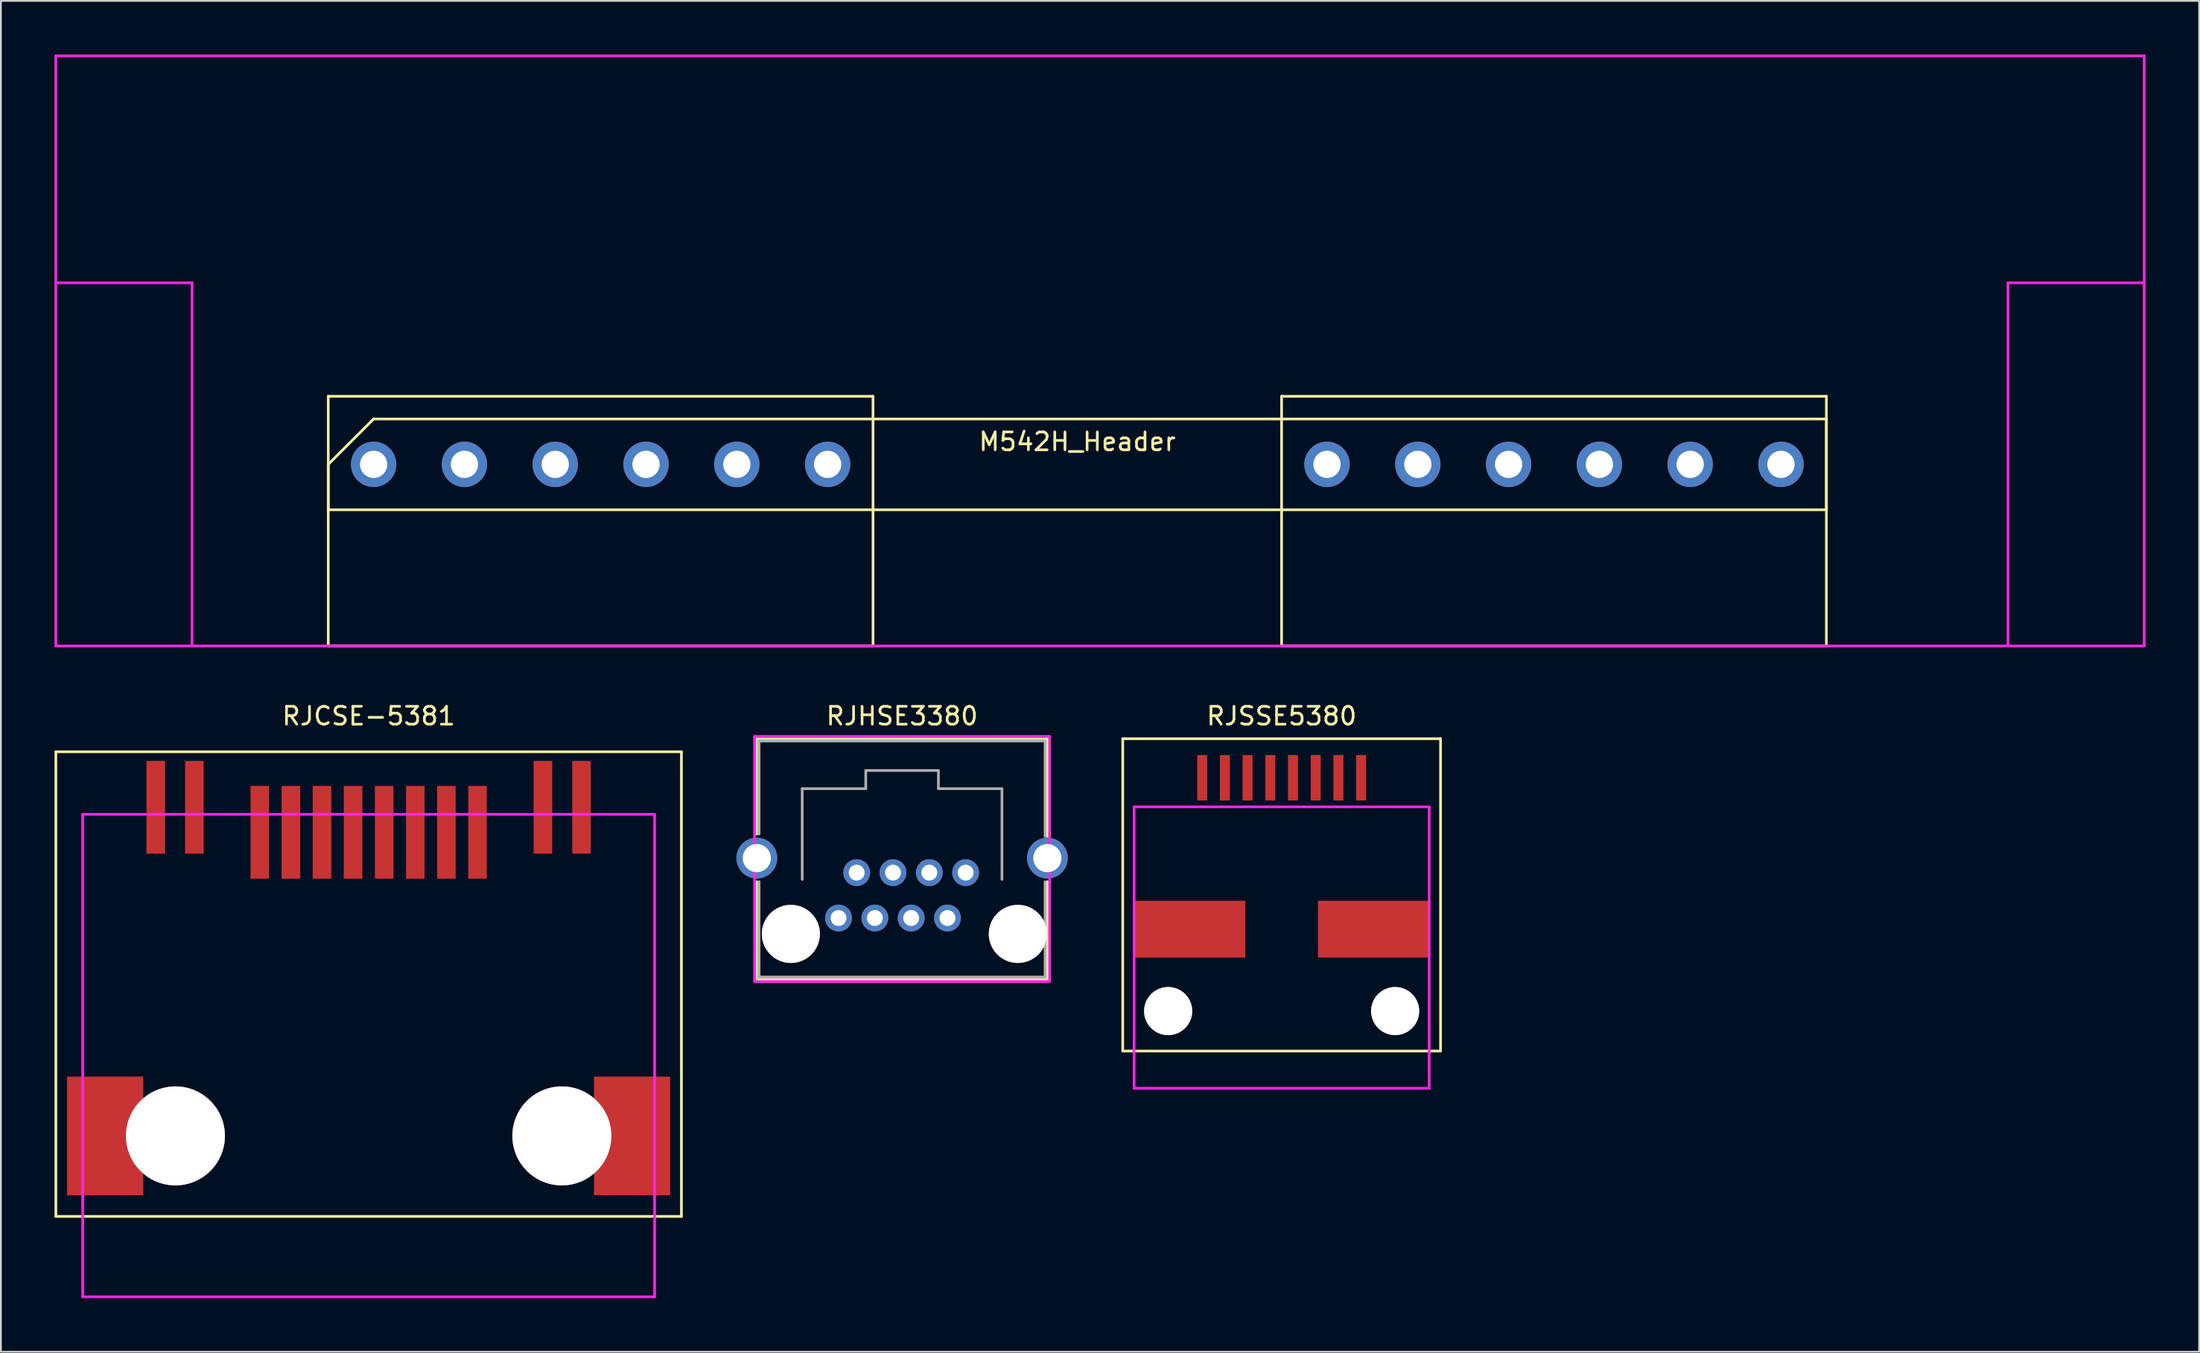
<source format=kicad_pcb>
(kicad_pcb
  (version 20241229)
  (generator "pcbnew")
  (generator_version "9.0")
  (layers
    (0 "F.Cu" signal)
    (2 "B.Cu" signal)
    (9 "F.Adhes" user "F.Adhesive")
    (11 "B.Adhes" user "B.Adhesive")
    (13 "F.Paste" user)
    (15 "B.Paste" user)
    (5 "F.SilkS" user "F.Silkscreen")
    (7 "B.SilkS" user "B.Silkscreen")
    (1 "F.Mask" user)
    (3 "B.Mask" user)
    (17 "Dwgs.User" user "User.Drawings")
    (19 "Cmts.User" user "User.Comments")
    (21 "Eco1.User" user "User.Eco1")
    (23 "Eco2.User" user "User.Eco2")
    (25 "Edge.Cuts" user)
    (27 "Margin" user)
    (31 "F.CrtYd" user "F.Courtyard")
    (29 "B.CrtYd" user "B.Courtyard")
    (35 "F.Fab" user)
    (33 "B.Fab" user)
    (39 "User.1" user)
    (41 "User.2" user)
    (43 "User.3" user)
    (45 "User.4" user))
  (footprint "RJCSE-5381"
    (layer "F.Cu")
    (at 17.575 52.018)
    (property "Reference" "RJCSE-5381" (at 0 -15 0) (layer "F.SilkS") (effects (font (size 1 1) (thickness 0.15))))
    (attr through_hole)
    (fp_line (start -17.5 -13) (end -17.5 13) (stroke (width 0.15) (type solid)) (layer "F.SilkS"))
    (fp_line (start -17.5 13) (end 17.5 13) (stroke (width 0.15) (type solid)) (layer "F.SilkS"))
    (fp_line (start 17.5 -13) (end -17.5 -13) (stroke (width 0.15) (type solid)) (layer "F.SilkS"))
    (fp_line (start 17.5 13) (end 17.5 -13) (stroke (width 0.15) (type solid)) (layer "F.SilkS"))
    (fp_line (start -16 -9.5) (end 16 -9.5) (stroke (width 0.15) (type solid)) (layer "F.CrtYd"))
    (fp_line (start -16 17.5) (end -16 -9.5) (stroke (width 0.15) (type solid)) (layer "F.CrtYd"))
    (fp_line (start 16 -9.5) (end 16 17.5) (stroke (width 0.15) (type solid)) (layer "F.CrtYd"))
    (fp_line (start 16 17.5) (end -16 17.5) (stroke (width 0.15) (type solid)) (layer "F.CrtYd"))
    (pad "" thru_hole circle (at -10.81 8.495) (size 5.537 5.537) (drill 5.537) (layers "*.Cu" "*.Mask"))
    (pad "" thru_hole circle (at 10.81 8.495) (size 5.537 5.537) (drill 5.537) (layers "*.Cu" "*.Mask"))
    (pad "1" smd rect (at 6.09 -8.495) (size 1.04 5.19) (layers "F.Cu" "F.Mask" "F.Paste"))
    (pad "2" smd rect (at 4.35 -8.495) (size 1.04 5.19) (layers "F.Cu" "F.Mask" "F.Paste"))
    (pad "3" smd rect (at 2.61 -8.495) (size 1.04 5.19) (layers "F.Cu" "F.Mask" "F.Paste"))
    (pad "4" smd rect (at 0.87 -8.495) (size 1.04 5.19) (layers "F.Cu" "F.Mask" "F.Paste"))
    (pad "5" smd rect (at -0.87 -8.495) (size 1.04 5.19) (layers "F.Cu" "F.Mask" "F.Paste"))
    (pad "6" smd rect (at -2.61 -8.495) (size 1.04 5.19) (layers "F.Cu" "F.Mask" "F.Paste"))
    (pad "7" smd rect (at -4.35 -8.495) (size 1.04 5.19) (layers "F.Cu" "F.Mask" "F.Paste"))
    (pad "8" smd rect (at -6.09 -8.495) (size 1.04 5.19) (layers "F.Cu" "F.Mask" "F.Paste"))
    (pad "9" smd rect (at 11.91 -9.895) (size 1.04 5.19) (layers "F.Cu" "F.Mask" "F.Paste"))
    (pad "10" smd rect (at 9.75 -9.895) (size 1.04 5.19) (layers "F.Cu" "F.Mask" "F.Paste"))
    (pad "11" smd rect (at -9.75 -9.895) (size 1.04 5.19) (layers "F.Cu" "F.Mask" "F.Paste"))
    (pad "12" smd rect (at -11.91 -9.895) (size 1.04 5.19) (layers "F.Cu" "F.Mask" "F.Paste"))
    (pad "13" smd rect (at -14.74 8.495) (size 4.26 6.64) (layers "F.Cu" "F.Mask" "F.Paste"))
    (pad "13" smd rect (at 14.74 8.495) (size 4.26 6.64) (layers "F.Cu" "F.Mask" "F.Paste")))
  (footprint "M542H_Header"
    (layer "F.Cu")
    (at 57.225 22.935)
    (property "Reference" "M542H_Header" (at 0 -1.27 0) (layer "F.SilkS") (effects (font (size 1 1) (thickness 0.15))))
    (attr through_hole)
    (fp_line (start -41.91 -3.81) (end -11.43 -3.81) (stroke (width 0.15) (type solid)) (layer "F.SilkS"))
    (fp_line (start -41.91 0) (end -41.91 2.54) (stroke (width 0.15) (type solid)) (layer "F.SilkS"))
    (fp_line (start -41.91 2.54) (end 41.91 2.54) (stroke (width 0.15) (type solid)) (layer "F.SilkS"))
    (fp_line (start -41.91 10.16) (end -41.91 -3.81) (stroke (width 0.15) (type solid)) (layer "F.SilkS"))
    (fp_line (start -39.37 -2.54) (end -41.91 0) (stroke (width 0.15) (type solid)) (layer "F.SilkS"))
    (fp_line (start -11.43 -3.81) (end -11.43 10.16) (stroke (width 0.15) (type solid)) (layer "F.SilkS"))
    (fp_line (start -11.43 10.16) (end -41.91 10.16) (stroke (width 0.15) (type solid)) (layer "F.SilkS"))
    (fp_line (start 11.43 -3.81) (end 41.91 -3.81) (stroke (width 0.15) (type solid)) (layer "F.SilkS"))
    (fp_line (start 11.43 10.16) (end 11.43 -3.81) (stroke (width 0.15) (type solid)) (layer "F.SilkS"))
    (fp_line (start 41.91 -3.81) (end 41.91 10.16) (stroke (width 0.15) (type solid)) (layer "F.SilkS"))
    (fp_line (start 41.91 -2.54) (end -39.37 -2.54) (stroke (width 0.15) (type solid)) (layer "F.SilkS"))
    (fp_line (start 41.91 2.54) (end 41.91 -2.54) (stroke (width 0.15) (type solid)) (layer "F.SilkS"))
    (fp_line (start 41.91 10.16) (end 11.43 10.16) (stroke (width 0.15) (type solid)) (layer "F.SilkS"))
    (fp_line (start -57.15 -22.86) (end -57.15 -10.16) (stroke (width 0.15) (type solid)) (layer "F.CrtYd"))
    (fp_line (start -57.15 -10.16) (end -57.15 10.16) (stroke (width 0.15) (type solid)) (layer "F.CrtYd"))
    (fp_line (start -57.15 -10.16) (end -49.53 -10.16) (stroke (width 0.15) (type solid)) (layer "F.CrtYd"))
    (fp_line (start -57.15 10.16) (end -49.53 10.16) (stroke (width 0.15) (type solid)) (layer "F.CrtYd"))
    (fp_line (start -49.53 -10.16) (end -49.53 10.16) (stroke (width 0.15) (type solid)) (layer "F.CrtYd"))
    (fp_line (start -49.53 10.16) (end 52.07 10.16) (stroke (width 0.15) (type solid)) (layer "F.CrtYd"))
    (fp_line (start 52.07 -10.16) (end 59.69 -10.16) (stroke (width 0.15) (type solid)) (layer "F.CrtYd"))
    (fp_line (start 52.07 10.16) (end 52.07 -10.16) (stroke (width 0.15) (type solid)) (layer "F.CrtYd"))
    (fp_line (start 59.69 -22.86) (end -57.15 -22.86) (stroke (width 0.15) (type solid)) (layer "F.CrtYd"))
    (fp_line (start 59.69 -10.16) (end 59.69 -22.86) (stroke (width 0.15) (type solid)) (layer "F.CrtYd"))
    (fp_line (start 59.69 -10.16) (end 59.69 10.16) (stroke (width 0.15) (type solid)) (layer "F.CrtYd"))
    (fp_line (start 59.69 10.16) (end 52.07 10.16) (stroke (width 0.15) (type solid)) (layer "F.CrtYd"))
    (pad "1" thru_hole circle (at -39.37 0) (size 2.54 2.54) (drill 1.524) (layers "*.Cu" "*.Mask"))
    (pad "2" thru_hole circle (at -34.29 0) (size 2.54 2.54) (drill 1.524) (layers "*.Cu" "*.Mask"))
    (pad "3" thru_hole circle (at -29.21 0) (size 2.54 2.54) (drill 1.524) (layers "*.Cu" "*.Mask"))
    (pad "4" thru_hole circle (at -24.13 0) (size 2.54 2.54) (drill 1.524) (layers "*.Cu" "*.Mask"))
    (pad "5" thru_hole circle (at -19.05 0) (size 2.54 2.54) (drill 1.524) (layers "*.Cu" "*.Mask"))
    (pad "6" thru_hole circle (at -13.97 0) (size 2.54 2.54) (drill 1.524) (layers "*.Cu" "*.Mask"))
    (pad "7" thru_hole circle (at 13.97 0) (size 2.54 2.54) (drill 1.524) (layers "*.Cu" "*.Mask"))
    (pad "8" thru_hole circle (at 19.05 0) (size 2.54 2.54) (drill 1.524) (layers "*.Cu" "*.Mask"))
    (pad "9" thru_hole circle (at 24.13 0) (size 2.54 2.54) (drill 1.524) (layers "*.Cu" "*.Mask"))
    (pad "10" thru_hole circle (at 29.21 0) (size 2.54 2.54) (drill 1.524) (layers "*.Cu" "*.Mask"))
    (pad "11" thru_hole circle (at 34.29 0) (size 2.54 2.54) (drill 1.524) (layers "*.Cu" "*.Mask"))
    (pad "12" thru_hole circle (at 39.37 0) (size 2.54 2.54) (drill 1.524) (layers "*.Cu" "*.Mask")))
  (footprint "RJHSE3380"
    (layer "F.Cu")
    (at 39.166 51.877)
    (property "Reference" "RJHSE3380" (at 8.255 -14.859 0) (layer "F.SilkS") (effects (font (size 1 1) (thickness 0.15))))
    (attr through_hole)
    (fp_line (start 0.127 -13.589) (end 0.127 -8.255) (stroke (width 0.15) (type solid)) (layer "F.SilkS"))
    (fp_line (start 0.127 -5.588) (end 0.127 -0.127) (stroke (width 0.15) (type solid)) (layer "F.SilkS"))
    (fp_line (start 0.127 -0.127) (end 16.383 -0.127) (stroke (width 0.15) (type solid)) (layer "F.SilkS"))
    (fp_line (start 16.383 -13.589) (end 0.127 -13.589) (stroke (width 0.15) (type solid)) (layer "F.SilkS"))
    (fp_line (start 16.383 -8.128) (end 16.383 -13.589) (stroke (width 0.15) (type solid)) (layer "F.SilkS"))
    (fp_line (start 16.383 -0.127) (end 16.383 -5.588) (stroke (width 0.15) (type solid)) (layer "F.SilkS"))
    (fp_line (start 0 -13.716) (end 0 0) (stroke (width 0.15) (type solid)) (layer "F.CrtYd"))
    (fp_line (start 0 0) (end 16.51 0) (stroke (width 0.15) (type solid)) (layer "F.CrtYd"))
    (fp_line (start 16.51 -13.716) (end 0 -13.716) (stroke (width 0.15) (type solid)) (layer "F.CrtYd"))
    (fp_line (start 16.51 0) (end 16.51 -13.716) (stroke (width 0.15) (type solid)) (layer "F.CrtYd"))
    (fp_line (start 0.254 -13.462) (end 0.254 -8.255) (stroke (width 0.15) (type solid)) (layer "F.Fab"))
    (fp_line (start 0.254 -5.588) (end 0.254 -0.254) (stroke (width 0.15) (type solid)) (layer "F.Fab"))
    (fp_line (start 0.254 -0.254) (end 16.256 -0.254) (stroke (width 0.15) (type solid)) (layer "F.Fab"))
    (fp_line (start 2.667 -10.795) (end 6.223 -10.795) (stroke (width 0.15) (type solid)) (layer "F.Fab"))
    (fp_line (start 2.667 -5.715) (end 2.667 -10.795) (stroke (width 0.15) (type solid)) (layer "F.Fab"))
    (fp_line (start 6.223 -11.811) (end 10.287 -11.811) (stroke (width 0.15) (type solid)) (layer "F.Fab"))
    (fp_line (start 6.223 -10.795) (end 6.223 -11.811) (stroke (width 0.15) (type solid)) (layer "F.Fab"))
    (fp_line (start 10.287 -11.811) (end 10.287 -10.795) (stroke (width 0.15) (type solid)) (layer "F.Fab"))
    (fp_line (start 10.287 -10.795) (end 13.843 -10.795) (stroke (width 0.15) (type solid)) (layer "F.Fab"))
    (fp_line (start 13.843 -10.795) (end 13.843 -5.715) (stroke (width 0.15) (type solid)) (layer "F.Fab"))
    (fp_line (start 16.256 -13.462) (end 0.254 -13.462) (stroke (width 0.15) (type solid)) (layer "F.Fab"))
    (fp_line (start 16.256 -8.128) (end 16.256 -13.462) (stroke (width 0.15) (type solid)) (layer "F.Fab"))
    (fp_line (start 16.256 -0.254) (end 16.256 -5.588) (stroke (width 0.15) (type solid)) (layer "F.Fab"))
    (pad "" thru_hole circle (at 2.032 -2.667) (size 3.251 3.251) (drill 3.251) (layers "*.Cu" "*.Mask"))
    (pad "" thru_hole circle (at 14.732 -2.667) (size 3.251 3.251) (drill 3.251) (layers "*.Cu" "*.Mask"))
    (pad "1" thru_hole circle (at 11.811 -6.096) (size 1.501 1.501) (drill 0.889) (layers "*.Cu" "*.Mask"))
    (pad "2" thru_hole circle (at 10.795 -3.556) (size 1.501 1.501) (drill 0.889) (layers "*.Cu" "*.Mask"))
    (pad "3" thru_hole circle (at 9.779 -6.096) (size 1.501 1.501) (drill 0.889) (layers "*.Cu" "*.Mask"))
    (pad "4" thru_hole circle (at 8.763 -3.556) (size 1.501 1.501) (drill 0.889) (layers "*.Cu" "*.Mask"))
    (pad "5" thru_hole circle (at 7.747 -6.096) (size 1.501 1.501) (drill 0.889) (layers "*.Cu" "*.Mask"))
    (pad "6" thru_hole circle (at 6.731 -3.556) (size 1.501 1.501) (drill 0.889) (layers "*.Cu" "*.Mask"))
    (pad "7" thru_hole circle (at 5.715 -6.096) (size 1.501 1.501) (drill 0.889) (layers "*.Cu" "*.Mask"))
    (pad "8" thru_hole circle (at 4.699 -3.556) (size 1.501 1.501) (drill 0.889) (layers "*.Cu" "*.Mask"))
    (pad "9" thru_hole circle (at 0.127 -6.909) (size 2.286 2.286) (drill 1.575) (layers "*.Cu" "*.Mask"))
    (pad "9" thru_hole circle (at 16.383 -6.909) (size 2.286 2.286) (drill 1.575) (layers "*.Cu" "*.Mask")))
  (footprint "RJSSE5380"
    (layer "F.Cu")
    (at 62.307 53.528)
    (property "Reference" "RJSSE5380" (at 6.35 -16.51 0) (layer "F.SilkS") (effects (font (size 1 1) (thickness 0.15))))
    (attr through_hole)
    (fp_line (start -2.54 -15.24) (end -2.54 2.235) (stroke (width 0.15) (type solid)) (layer "F.SilkS"))
    (fp_line (start -2.54 2.235) (end 15.24 2.235) (stroke (width 0.15) (type solid)) (layer "F.SilkS"))
    (fp_line (start 15.24 -15.24) (end -2.54 -15.24) (stroke (width 0.15) (type solid)) (layer "F.SilkS"))
    (fp_line (start 15.24 2.235) (end 15.24 -15.24) (stroke (width 0.15) (type solid)) (layer "F.SilkS"))
    (fp_line (start -1.905 -11.43) (end 14.605 -11.43) (stroke (width 0.15) (type solid)) (layer "F.CrtYd"))
    (fp_line (start -1.905 4.318) (end -1.905 -11.43) (stroke (width 0.15) (type solid)) (layer "F.CrtYd"))
    (fp_line (start -1.905 4.318) (end 14.605 4.318) (stroke (width 0.15) (type solid)) (layer "F.CrtYd"))
    (fp_line (start 14.605 -11.43) (end 14.605 4.318) (stroke (width 0.15) (type solid)) (layer "F.CrtYd"))
    (pad "" thru_hole circle (at 0 0) (size 2.692 2.692) (drill 2.692) (layers "*.Cu" "*.Mask"))
    (pad "" thru_hole circle (at 12.7 0) (size 2.692 2.692) (drill 2.692) (layers "*.Cu" "*.Mask"))
    (pad "1" smd rect (at 10.795 -13.056) (size 0.559 2.54) (layers "F.Cu" "F.Mask" "F.Paste"))
    (pad "2" smd rect (at 9.525 -13.056) (size 0.559 2.54) (layers "F.Cu" "F.Mask" "F.Paste"))
    (pad "3" smd rect (at 8.255 -13.056) (size 0.559 2.54) (layers "F.Cu" "F.Mask" "F.Paste"))
    (pad "4" smd rect (at 6.985 -13.056) (size 0.559 2.54) (layers "F.Cu" "F.Mask" "F.Paste"))
    (pad "5" smd rect (at 5.715 -13.056) (size 0.559 2.54) (layers "F.Cu" "F.Mask" "F.Paste"))
    (pad "6" smd rect (at 4.445 -13.056) (size 0.559 2.54) (layers "F.Cu" "F.Mask" "F.Paste"))
    (pad "7" smd rect (at 3.175 -13.056) (size 0.559 2.54) (layers "F.Cu" "F.Mask" "F.Paste"))
    (pad "8" smd rect (at 1.905 -13.056) (size 0.559 2.54) (layers "F.Cu" "F.Mask" "F.Paste"))
    (pad "9" smd rect (at 1.206 -4.585) (size 6.223 3.175) (layers "F.Cu" "F.Mask" "F.Paste"))
    (pad "9" smd rect (at 11.493 -4.585) (size 6.223 3.175) (layers "F.Cu" "F.Mask" "F.Paste")))
  (gr_rect
    (start -3 -3)
    (end 119.99 72.593)
    (stroke (width 0.1) (type default))
    (fill no)
    (layer "Edge.Cuts")))
</source>
